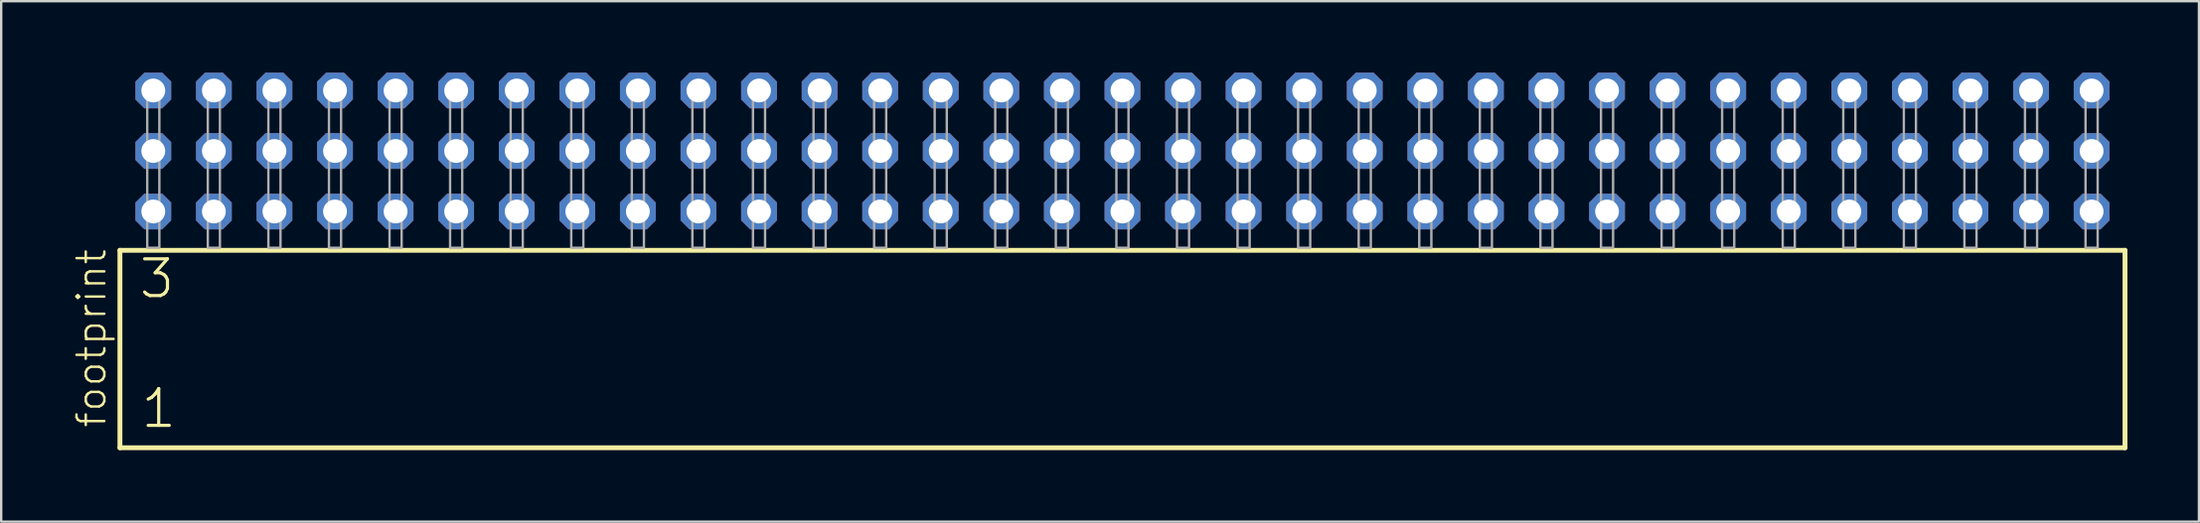
<source format=kicad_pcb>
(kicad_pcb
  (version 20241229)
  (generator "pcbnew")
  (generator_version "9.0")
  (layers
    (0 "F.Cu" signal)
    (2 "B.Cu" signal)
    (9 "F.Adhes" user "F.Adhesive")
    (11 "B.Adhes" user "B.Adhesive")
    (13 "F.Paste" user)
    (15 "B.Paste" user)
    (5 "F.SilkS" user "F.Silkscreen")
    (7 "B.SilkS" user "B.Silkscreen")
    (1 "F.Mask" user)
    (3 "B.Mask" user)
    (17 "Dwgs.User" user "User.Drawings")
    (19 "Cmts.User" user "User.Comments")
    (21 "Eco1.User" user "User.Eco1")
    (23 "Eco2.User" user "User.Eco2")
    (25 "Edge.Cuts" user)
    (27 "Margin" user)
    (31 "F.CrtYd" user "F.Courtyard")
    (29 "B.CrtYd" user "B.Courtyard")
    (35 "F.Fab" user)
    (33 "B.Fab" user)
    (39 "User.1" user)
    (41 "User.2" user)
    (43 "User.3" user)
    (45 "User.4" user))
  (footprint "footprint"
    (layer "F.Cu")
    (at 44.018 7.354)
    (property "Reference" "footprint" (at -42.545 7.62 90) (layer "F.SilkS") (effects (font (size 1.168 1.168) (thickness 0.102)) (justify left bottom)))
    (fp_line (start -42.039 0.106) (end -42.039 8.396) (stroke (width 0.203) (type solid)) (layer "F.SilkS"))
    (fp_line (start -42.039 8.396) (end 42.039 8.396) (stroke (width 0.203) (type solid)) (layer "F.SilkS"))
    (fp_line (start 42.039 0.106) (end -42.039 0.106) (stroke (width 0.203) (type solid)) (layer "F.SilkS"))
    (fp_line (start 42.039 8.396) (end 42.039 0.106) (stroke (width 0.203) (type solid)) (layer "F.SilkS"))
    (fp_poly (pts (xy -40.894 0) (xy -40.386 0) (xy -40.386 -6.858) (xy -40.894 -6.858)) (stroke (width 0.1) (type solid)) (fill no) (layer "F.Fab"))
    (fp_poly (pts (xy -38.354 0) (xy -37.846 0) (xy -37.846 -6.858) (xy -38.354 -6.858)) (stroke (width 0.1) (type solid)) (fill no) (layer "F.Fab"))
    (fp_poly (pts (xy -35.814 0) (xy -35.306 0) (xy -35.306 -6.858) (xy -35.814 -6.858)) (stroke (width 0.1) (type solid)) (fill no) (layer "F.Fab"))
    (fp_poly (pts (xy -33.274 0) (xy -32.766 0) (xy -32.766 -6.858) (xy -33.274 -6.858)) (stroke (width 0.1) (type solid)) (fill no) (layer "F.Fab"))
    (fp_poly (pts (xy -30.734 0) (xy -30.226 0) (xy -30.226 -6.858) (xy -30.734 -6.858)) (stroke (width 0.1) (type solid)) (fill no) (layer "F.Fab"))
    (fp_poly (pts (xy -28.194 0) (xy -27.686 0) (xy -27.686 -6.858) (xy -28.194 -6.858)) (stroke (width 0.1) (type solid)) (fill no) (layer "F.Fab"))
    (fp_poly (pts (xy -25.654 0) (xy -25.146 0) (xy -25.146 -6.858) (xy -25.654 -6.858)) (stroke (width 0.1) (type solid)) (fill no) (layer "F.Fab"))
    (fp_poly (pts (xy -23.114 0) (xy -22.606 0) (xy -22.606 -6.858) (xy -23.114 -6.858)) (stroke (width 0.1) (type solid)) (fill no) (layer "F.Fab"))
    (fp_poly (pts (xy -20.574 0) (xy -20.066 0) (xy -20.066 -6.858) (xy -20.574 -6.858)) (stroke (width 0.1) (type solid)) (fill no) (layer "F.Fab"))
    (fp_poly (pts (xy -18.034 0) (xy -17.526 0) (xy -17.526 -6.858) (xy -18.034 -6.858)) (stroke (width 0.1) (type solid)) (fill no) (layer "F.Fab"))
    (fp_poly (pts (xy -15.494 0) (xy -14.986 0) (xy -14.986 -6.858) (xy -15.494 -6.858)) (stroke (width 0.1) (type solid)) (fill no) (layer "F.Fab"))
    (fp_poly (pts (xy -12.954 0) (xy -12.446 0) (xy -12.446 -6.858) (xy -12.954 -6.858)) (stroke (width 0.1) (type solid)) (fill no) (layer "F.Fab"))
    (fp_poly (pts (xy -10.414 0) (xy -9.906 0) (xy -9.906 -6.858) (xy -10.414 -6.858)) (stroke (width 0.1) (type solid)) (fill no) (layer "F.Fab"))
    (fp_poly (pts (xy -7.874 0) (xy -7.366 0) (xy -7.366 -6.858) (xy -7.874 -6.858)) (stroke (width 0.1) (type solid)) (fill no) (layer "F.Fab"))
    (fp_poly (pts (xy -5.334 0) (xy -4.826 0) (xy -4.826 -6.858) (xy -5.334 -6.858)) (stroke (width 0.1) (type solid)) (fill no) (layer "F.Fab"))
    (fp_poly (pts (xy -2.794 0) (xy -2.286 0) (xy -2.286 -6.858) (xy -2.794 -6.858)) (stroke (width 0.1) (type solid)) (fill no) (layer "F.Fab"))
    (fp_poly (pts (xy -0.254 0) (xy 0.254 0) (xy 0.254 -6.858) (xy -0.254 -6.858)) (stroke (width 0.1) (type solid)) (fill no) (layer "F.Fab"))
    (fp_poly (pts (xy 2.286 0) (xy 2.794 0) (xy 2.794 -6.858) (xy 2.286 -6.858)) (stroke (width 0.1) (type solid)) (fill no) (layer "F.Fab"))
    (fp_poly (pts (xy 4.826 0) (xy 5.334 0) (xy 5.334 -6.858) (xy 4.826 -6.858)) (stroke (width 0.1) (type solid)) (fill no) (layer "F.Fab"))
    (fp_poly (pts (xy 7.366 0) (xy 7.874 0) (xy 7.874 -6.858) (xy 7.366 -6.858)) (stroke (width 0.1) (type solid)) (fill no) (layer "F.Fab"))
    (fp_poly (pts (xy 9.906 0) (xy 10.414 0) (xy 10.414 -6.858) (xy 9.906 -6.858)) (stroke (width 0.1) (type solid)) (fill no) (layer "F.Fab"))
    (fp_poly (pts (xy 12.446 0) (xy 12.954 0) (xy 12.954 -6.858) (xy 12.446 -6.858)) (stroke (width 0.1) (type solid)) (fill no) (layer "F.Fab"))
    (fp_poly (pts (xy 14.986 0) (xy 15.494 0) (xy 15.494 -6.858) (xy 14.986 -6.858)) (stroke (width 0.1) (type solid)) (fill no) (layer "F.Fab"))
    (fp_poly (pts (xy 17.526 0) (xy 18.034 0) (xy 18.034 -6.858) (xy 17.526 -6.858)) (stroke (width 0.1) (type solid)) (fill no) (layer "F.Fab"))
    (fp_poly (pts (xy 20.066 0) (xy 20.574 0) (xy 20.574 -6.858) (xy 20.066 -6.858)) (stroke (width 0.1) (type solid)) (fill no) (layer "F.Fab"))
    (fp_poly (pts (xy 22.606 0) (xy 23.114 0) (xy 23.114 -6.858) (xy 22.606 -6.858)) (stroke (width 0.1) (type solid)) (fill no) (layer "F.Fab"))
    (fp_poly (pts (xy 25.146 0) (xy 25.654 0) (xy 25.654 -6.858) (xy 25.146 -6.858)) (stroke (width 0.1) (type solid)) (fill no) (layer "F.Fab"))
    (fp_poly (pts (xy 27.686 0) (xy 28.194 0) (xy 28.194 -6.858) (xy 27.686 -6.858)) (stroke (width 0.1) (type solid)) (fill no) (layer "F.Fab"))
    (fp_poly (pts (xy 30.226 0) (xy 30.734 0) (xy 30.734 -6.858) (xy 30.226 -6.858)) (stroke (width 0.1) (type solid)) (fill no) (layer "F.Fab"))
    (fp_poly (pts (xy 32.766 0) (xy 33.274 0) (xy 33.274 -6.858) (xy 32.766 -6.858)) (stroke (width 0.1) (type solid)) (fill no) (layer "F.Fab"))
    (fp_poly (pts (xy 35.306 0) (xy 35.814 0) (xy 35.814 -6.858) (xy 35.306 -6.858)) (stroke (width 0.1) (type solid)) (fill no) (layer "F.Fab"))
    (fp_poly (pts (xy 37.846 0) (xy 38.354 0) (xy 38.354 -6.858) (xy 37.846 -6.858)) (stroke (width 0.1) (type solid)) (fill no) (layer "F.Fab"))
    (fp_poly (pts (xy 40.386 0) (xy 40.894 0) (xy 40.894 -6.858) (xy 40.386 -6.858)) (stroke (width 0.1) (type solid)) (fill no) (layer "F.Fab"))
    (fp_text user "1" (at -41.235 7.65 0) (layer "F.SilkS") (effects (font (size 1.542 1.542) (thickness 0.134)) (justify left bottom)))
    (fp_text user "3" (at -41.31 2.2 0) (layer "F.SilkS") (effects (font (size 1.542 1.542) (thickness 0.134)) (justify left bottom)))
    (pad "1" thru_hole roundrect (at -40.64 -1.524) (size 1.5 1.5) (drill 1) (layers "*.Cu" "*.Mask") (roundrect_rratio 0.25) (chamfer_ratio 0.25) (chamfer top_left top_right bottom_left bottom_right))
    (pad "2" thru_hole roundrect (at -40.64 -4.064) (size 1.5 1.5) (drill 1) (layers "*.Cu" "*.Mask") (roundrect_rratio 0.25) (chamfer_ratio 0.25) (chamfer top_left top_right bottom_left bottom_right))
    (pad "3" thru_hole roundrect (at -40.64 -6.604) (size 1.5 1.5) (drill 1) (layers "*.Cu" "*.Mask") (roundrect_rratio 0.25) (chamfer_ratio 0.25) (chamfer top_left top_right bottom_left bottom_right))
    (pad "4" thru_hole roundrect (at -38.1 -1.524) (size 1.5 1.5) (drill 1) (layers "*.Cu" "*.Mask") (roundrect_rratio 0.25) (chamfer_ratio 0.25) (chamfer top_left top_right bottom_left bottom_right))
    (pad "5" thru_hole roundrect (at -38.1 -4.064) (size 1.5 1.5) (drill 1) (layers "*.Cu" "*.Mask") (roundrect_rratio 0.25) (chamfer_ratio 0.25) (chamfer top_left top_right bottom_left bottom_right))
    (pad "6" thru_hole roundrect (at -38.1 -6.604) (size 1.5 1.5) (drill 1) (layers "*.Cu" "*.Mask") (roundrect_rratio 0.25) (chamfer_ratio 0.25) (chamfer top_left top_right bottom_left bottom_right))
    (pad "7" thru_hole roundrect (at -35.56 -1.524) (size 1.5 1.5) (drill 1) (layers "*.Cu" "*.Mask") (roundrect_rratio 0.25) (chamfer_ratio 0.25) (chamfer top_left top_right bottom_left bottom_right))
    (pad "8" thru_hole roundrect (at -35.56 -4.064) (size 1.5 1.5) (drill 1) (layers "*.Cu" "*.Mask") (roundrect_rratio 0.25) (chamfer_ratio 0.25) (chamfer top_left top_right bottom_left bottom_right))
    (pad "9" thru_hole roundrect (at -35.56 -6.604) (size 1.5 1.5) (drill 1) (layers "*.Cu" "*.Mask") (roundrect_rratio 0.25) (chamfer_ratio 0.25) (chamfer top_left top_right bottom_left bottom_right))
    (pad "10" thru_hole roundrect (at -33.02 -1.524) (size 1.5 1.5) (drill 1) (layers "*.Cu" "*.Mask") (roundrect_rratio 0.25) (chamfer_ratio 0.25) (chamfer top_left top_right bottom_left bottom_right))
    (pad "11" thru_hole roundrect (at -33.02 -4.064) (size 1.5 1.5) (drill 1) (layers "*.Cu" "*.Mask") (roundrect_rratio 0.25) (chamfer_ratio 0.25) (chamfer top_left top_right bottom_left bottom_right))
    (pad "12" thru_hole roundrect (at -33.02 -6.604) (size 1.5 1.5) (drill 1) (layers "*.Cu" "*.Mask") (roundrect_rratio 0.25) (chamfer_ratio 0.25) (chamfer top_left top_right bottom_left bottom_right))
    (pad "13" thru_hole roundrect (at -30.48 -1.524) (size 1.5 1.5) (drill 1) (layers "*.Cu" "*.Mask") (roundrect_rratio 0.25) (chamfer_ratio 0.25) (chamfer top_left top_right bottom_left bottom_right))
    (pad "14" thru_hole roundrect (at -30.48 -4.064) (size 1.5 1.5) (drill 1) (layers "*.Cu" "*.Mask") (roundrect_rratio 0.25) (chamfer_ratio 0.25) (chamfer top_left top_right bottom_left bottom_right))
    (pad "15" thru_hole roundrect (at -30.48 -6.604) (size 1.5 1.5) (drill 1) (layers "*.Cu" "*.Mask") (roundrect_rratio 0.25) (chamfer_ratio 0.25) (chamfer top_left top_right bottom_left bottom_right))
    (pad "16" thru_hole roundrect (at -27.94 -1.524) (size 1.5 1.5) (drill 1) (layers "*.Cu" "*.Mask") (roundrect_rratio 0.25) (chamfer_ratio 0.25) (chamfer top_left top_right bottom_left bottom_right))
    (pad "17" thru_hole roundrect (at -27.94 -4.064) (size 1.5 1.5) (drill 1) (layers "*.Cu" "*.Mask") (roundrect_rratio 0.25) (chamfer_ratio 0.25) (chamfer top_left top_right bottom_left bottom_right))
    (pad "18" thru_hole roundrect (at -27.94 -6.604) (size 1.5 1.5) (drill 1) (layers "*.Cu" "*.Mask") (roundrect_rratio 0.25) (chamfer_ratio 0.25) (chamfer top_left top_right bottom_left bottom_right))
    (pad "19" thru_hole roundrect (at -25.4 -1.524) (size 1.5 1.5) (drill 1) (layers "*.Cu" "*.Mask") (roundrect_rratio 0.25) (chamfer_ratio 0.25) (chamfer top_left top_right bottom_left bottom_right))
    (pad "20" thru_hole roundrect (at -25.4 -4.064) (size 1.5 1.5) (drill 1) (layers "*.Cu" "*.Mask") (roundrect_rratio 0.25) (chamfer_ratio 0.25) (chamfer top_left top_right bottom_left bottom_right))
    (pad "21" thru_hole roundrect (at -25.4 -6.604) (size 1.5 1.5) (drill 1) (layers "*.Cu" "*.Mask") (roundrect_rratio 0.25) (chamfer_ratio 0.25) (chamfer top_left top_right bottom_left bottom_right))
    (pad "22" thru_hole roundrect (at -22.86 -1.524) (size 1.5 1.5) (drill 1) (layers "*.Cu" "*.Mask") (roundrect_rratio 0.25) (chamfer_ratio 0.25) (chamfer top_left top_right bottom_left bottom_right))
    (pad "23" thru_hole roundrect (at -22.86 -4.064) (size 1.5 1.5) (drill 1) (layers "*.Cu" "*.Mask") (roundrect_rratio 0.25) (chamfer_ratio 0.25) (chamfer top_left top_right bottom_left bottom_right))
    (pad "24" thru_hole roundrect (at -22.86 -6.604) (size 1.5 1.5) (drill 1) (layers "*.Cu" "*.Mask") (roundrect_rratio 0.25) (chamfer_ratio 0.25) (chamfer top_left top_right bottom_left bottom_right))
    (pad "25" thru_hole roundrect (at -20.32 -1.524) (size 1.5 1.5) (drill 1) (layers "*.Cu" "*.Mask") (roundrect_rratio 0.25) (chamfer_ratio 0.25) (chamfer top_left top_right bottom_left bottom_right))
    (pad "26" thru_hole roundrect (at -20.32 -4.064) (size 1.5 1.5) (drill 1) (layers "*.Cu" "*.Mask") (roundrect_rratio 0.25) (chamfer_ratio 0.25) (chamfer top_left top_right bottom_left bottom_right))
    (pad "27" thru_hole roundrect (at -20.32 -6.604) (size 1.5 1.5) (drill 1) (layers "*.Cu" "*.Mask") (roundrect_rratio 0.25) (chamfer_ratio 0.25) (chamfer top_left top_right bottom_left bottom_right))
    (pad "28" thru_hole roundrect (at -17.78 -1.524) (size 1.5 1.5) (drill 1) (layers "*.Cu" "*.Mask") (roundrect_rratio 0.25) (chamfer_ratio 0.25) (chamfer top_left top_right bottom_left bottom_right))
    (pad "29" thru_hole roundrect (at -17.78 -4.064) (size 1.5 1.5) (drill 1) (layers "*.Cu" "*.Mask") (roundrect_rratio 0.25) (chamfer_ratio 0.25) (chamfer top_left top_right bottom_left bottom_right))
    (pad "30" thru_hole roundrect (at -17.78 -6.604) (size 1.5 1.5) (drill 1) (layers "*.Cu" "*.Mask") (roundrect_rratio 0.25) (chamfer_ratio 0.25) (chamfer top_left top_right bottom_left bottom_right))
    (pad "31" thru_hole roundrect (at -15.24 -1.524) (size 1.5 1.5) (drill 1) (layers "*.Cu" "*.Mask") (roundrect_rratio 0.25) (chamfer_ratio 0.25) (chamfer top_left top_right bottom_left bottom_right))
    (pad "32" thru_hole roundrect (at -15.24 -4.064) (size 1.5 1.5) (drill 1) (layers "*.Cu" "*.Mask") (roundrect_rratio 0.25) (chamfer_ratio 0.25) (chamfer top_left top_right bottom_left bottom_right))
    (pad "33" thru_hole roundrect (at -15.24 -6.604) (size 1.5 1.5) (drill 1) (layers "*.Cu" "*.Mask") (roundrect_rratio 0.25) (chamfer_ratio 0.25) (chamfer top_left top_right bottom_left bottom_right))
    (pad "34" thru_hole roundrect (at -12.7 -1.524) (size 1.5 1.5) (drill 1) (layers "*.Cu" "*.Mask") (roundrect_rratio 0.25) (chamfer_ratio 0.25) (chamfer top_left top_right bottom_left bottom_right))
    (pad "35" thru_hole roundrect (at -12.7 -4.064) (size 1.5 1.5) (drill 1) (layers "*.Cu" "*.Mask") (roundrect_rratio 0.25) (chamfer_ratio 0.25) (chamfer top_left top_right bottom_left bottom_right))
    (pad "36" thru_hole roundrect (at -12.7 -6.604) (size 1.5 1.5) (drill 1) (layers "*.Cu" "*.Mask") (roundrect_rratio 0.25) (chamfer_ratio 0.25) (chamfer top_left top_right bottom_left bottom_right))
    (pad "37" thru_hole roundrect (at -10.16 -1.524) (size 1.5 1.5) (drill 1) (layers "*.Cu" "*.Mask") (roundrect_rratio 0.25) (chamfer_ratio 0.25) (chamfer top_left top_right bottom_left bottom_right))
    (pad "38" thru_hole roundrect (at -10.16 -4.064) (size 1.5 1.5) (drill 1) (layers "*.Cu" "*.Mask") (roundrect_rratio 0.25) (chamfer_ratio 0.25) (chamfer top_left top_right bottom_left bottom_right))
    (pad "39" thru_hole roundrect (at -10.16 -6.604) (size 1.5 1.5) (drill 1) (layers "*.Cu" "*.Mask") (roundrect_rratio 0.25) (chamfer_ratio 0.25) (chamfer top_left top_right bottom_left bottom_right))
    (pad "40" thru_hole roundrect (at -7.62 -1.524) (size 1.5 1.5) (drill 1) (layers "*.Cu" "*.Mask") (roundrect_rratio 0.25) (chamfer_ratio 0.25) (chamfer top_left top_right bottom_left bottom_right))
    (pad "41" thru_hole roundrect (at -7.62 -4.064) (size 1.5 1.5) (drill 1) (layers "*.Cu" "*.Mask") (roundrect_rratio 0.25) (chamfer_ratio 0.25) (chamfer top_left top_right bottom_left bottom_right))
    (pad "42" thru_hole roundrect (at -7.62 -6.604) (size 1.5 1.5) (drill 1) (layers "*.Cu" "*.Mask") (roundrect_rratio 0.25) (chamfer_ratio 0.25) (chamfer top_left top_right bottom_left bottom_right))
    (pad "43" thru_hole roundrect (at -5.08 -1.524) (size 1.5 1.5) (drill 1) (layers "*.Cu" "*.Mask") (roundrect_rratio 0.25) (chamfer_ratio 0.25) (chamfer top_left top_right bottom_left bottom_right))
    (pad "44" thru_hole roundrect (at -5.08 -4.064) (size 1.5 1.5) (drill 1) (layers "*.Cu" "*.Mask") (roundrect_rratio 0.25) (chamfer_ratio 0.25) (chamfer top_left top_right bottom_left bottom_right))
    (pad "45" thru_hole roundrect (at -5.08 -6.604) (size 1.5 1.5) (drill 1) (layers "*.Cu" "*.Mask") (roundrect_rratio 0.25) (chamfer_ratio 0.25) (chamfer top_left top_right bottom_left bottom_right))
    (pad "46" thru_hole roundrect (at -2.54 -1.524) (size 1.5 1.5) (drill 1) (layers "*.Cu" "*.Mask") (roundrect_rratio 0.25) (chamfer_ratio 0.25) (chamfer top_left top_right bottom_left bottom_right))
    (pad "47" thru_hole roundrect (at -2.54 -4.064) (size 1.5 1.5) (drill 1) (layers "*.Cu" "*.Mask") (roundrect_rratio 0.25) (chamfer_ratio 0.25) (chamfer top_left top_right bottom_left bottom_right))
    (pad "48" thru_hole roundrect (at -2.54 -6.604) (size 1.5 1.5) (drill 1) (layers "*.Cu" "*.Mask") (roundrect_rratio 0.25) (chamfer_ratio 0.25) (chamfer top_left top_right bottom_left bottom_right))
    (pad "49" thru_hole roundrect (at 0 -1.524) (size 1.5 1.5) (drill 1) (layers "*.Cu" "*.Mask") (roundrect_rratio 0.25) (chamfer_ratio 0.25) (chamfer top_left top_right bottom_left bottom_right))
    (pad "50" thru_hole roundrect (at 0 -4.064) (size 1.5 1.5) (drill 1) (layers "*.Cu" "*.Mask") (roundrect_rratio 0.25) (chamfer_ratio 0.25) (chamfer top_left top_right bottom_left bottom_right))
    (pad "51" thru_hole roundrect (at 0 -6.604) (size 1.5 1.5) (drill 1) (layers "*.Cu" "*.Mask") (roundrect_rratio 0.25) (chamfer_ratio 0.25) (chamfer top_left top_right bottom_left bottom_right))
    (pad "52" thru_hole roundrect (at 2.54 -1.524) (size 1.5 1.5) (drill 1) (layers "*.Cu" "*.Mask") (roundrect_rratio 0.25) (chamfer_ratio 0.25) (chamfer top_left top_right bottom_left bottom_right))
    (pad "53" thru_hole roundrect (at 2.54 -4.064) (size 1.5 1.5) (drill 1) (layers "*.Cu" "*.Mask") (roundrect_rratio 0.25) (chamfer_ratio 0.25) (chamfer top_left top_right bottom_left bottom_right))
    (pad "54" thru_hole roundrect (at 2.54 -6.604) (size 1.5 1.5) (drill 1) (layers "*.Cu" "*.Mask") (roundrect_rratio 0.25) (chamfer_ratio 0.25) (chamfer top_left top_right bottom_left bottom_right))
    (pad "55" thru_hole roundrect (at 5.08 -1.524) (size 1.5 1.5) (drill 1) (layers "*.Cu" "*.Mask") (roundrect_rratio 0.25) (chamfer_ratio 0.25) (chamfer top_left top_right bottom_left bottom_right))
    (pad "56" thru_hole roundrect (at 5.08 -4.064) (size 1.5 1.5) (drill 1) (layers "*.Cu" "*.Mask") (roundrect_rratio 0.25) (chamfer_ratio 0.25) (chamfer top_left top_right bottom_left bottom_right))
    (pad "57" thru_hole roundrect (at 5.08 -6.604) (size 1.5 1.5) (drill 1) (layers "*.Cu" "*.Mask") (roundrect_rratio 0.25) (chamfer_ratio 0.25) (chamfer top_left top_right bottom_left bottom_right))
    (pad "58" thru_hole roundrect (at 7.62 -1.524) (size 1.5 1.5) (drill 1) (layers "*.Cu" "*.Mask") (roundrect_rratio 0.25) (chamfer_ratio 0.25) (chamfer top_left top_right bottom_left bottom_right))
    (pad "59" thru_hole roundrect (at 7.62 -4.064) (size 1.5 1.5) (drill 1) (layers "*.Cu" "*.Mask") (roundrect_rratio 0.25) (chamfer_ratio 0.25) (chamfer top_left top_right bottom_left bottom_right))
    (pad "60" thru_hole roundrect (at 7.62 -6.604) (size 1.5 1.5) (drill 1) (layers "*.Cu" "*.Mask") (roundrect_rratio 0.25) (chamfer_ratio 0.25) (chamfer top_left top_right bottom_left bottom_right))
    (pad "61" thru_hole roundrect (at 10.16 -1.524) (size 1.5 1.5) (drill 1) (layers "*.Cu" "*.Mask") (roundrect_rratio 0.25) (chamfer_ratio 0.25) (chamfer top_left top_right bottom_left bottom_right))
    (pad "62" thru_hole roundrect (at 10.16 -4.064) (size 1.5 1.5) (drill 1) (layers "*.Cu" "*.Mask") (roundrect_rratio 0.25) (chamfer_ratio 0.25) (chamfer top_left top_right bottom_left bottom_right))
    (pad "63" thru_hole roundrect (at 10.16 -6.604) (size 1.5 1.5) (drill 1) (layers "*.Cu" "*.Mask") (roundrect_rratio 0.25) (chamfer_ratio 0.25) (chamfer top_left top_right bottom_left bottom_right))
    (pad "64" thru_hole roundrect (at 12.7 -1.524) (size 1.5 1.5) (drill 1) (layers "*.Cu" "*.Mask") (roundrect_rratio 0.25) (chamfer_ratio 0.25) (chamfer top_left top_right bottom_left bottom_right))
    (pad "65" thru_hole roundrect (at 12.7 -4.064) (size 1.5 1.5) (drill 1) (layers "*.Cu" "*.Mask") (roundrect_rratio 0.25) (chamfer_ratio 0.25) (chamfer top_left top_right bottom_left bottom_right))
    (pad "66" thru_hole roundrect (at 12.7 -6.604) (size 1.5 1.5) (drill 1) (layers "*.Cu" "*.Mask") (roundrect_rratio 0.25) (chamfer_ratio 0.25) (chamfer top_left top_right bottom_left bottom_right))
    (pad "67" thru_hole roundrect (at 15.24 -1.524) (size 1.5 1.5) (drill 1) (layers "*.Cu" "*.Mask") (roundrect_rratio 0.25) (chamfer_ratio 0.25) (chamfer top_left top_right bottom_left bottom_right))
    (pad "68" thru_hole roundrect (at 15.24 -4.064) (size 1.5 1.5) (drill 1) (layers "*.Cu" "*.Mask") (roundrect_rratio 0.25) (chamfer_ratio 0.25) (chamfer top_left top_right bottom_left bottom_right))
    (pad "69" thru_hole roundrect (at 15.24 -6.604) (size 1.5 1.5) (drill 1) (layers "*.Cu" "*.Mask") (roundrect_rratio 0.25) (chamfer_ratio 0.25) (chamfer top_left top_right bottom_left bottom_right))
    (pad "70" thru_hole roundrect (at 17.78 -1.524) (size 1.5 1.5) (drill 1) (layers "*.Cu" "*.Mask") (roundrect_rratio 0.25) (chamfer_ratio 0.25) (chamfer top_left top_right bottom_left bottom_right))
    (pad "71" thru_hole roundrect (at 17.78 -4.064) (size 1.5 1.5) (drill 1) (layers "*.Cu" "*.Mask") (roundrect_rratio 0.25) (chamfer_ratio 0.25) (chamfer top_left top_right bottom_left bottom_right))
    (pad "72" thru_hole roundrect (at 17.78 -6.604) (size 1.5 1.5) (drill 1) (layers "*.Cu" "*.Mask") (roundrect_rratio 0.25) (chamfer_ratio 0.25) (chamfer top_left top_right bottom_left bottom_right))
    (pad "73" thru_hole roundrect (at 20.32 -1.524) (size 1.5 1.5) (drill 1) (layers "*.Cu" "*.Mask") (roundrect_rratio 0.25) (chamfer_ratio 0.25) (chamfer top_left top_right bottom_left bottom_right))
    (pad "74" thru_hole roundrect (at 20.32 -4.064) (size 1.5 1.5) (drill 1) (layers "*.Cu" "*.Mask") (roundrect_rratio 0.25) (chamfer_ratio 0.25) (chamfer top_left top_right bottom_left bottom_right))
    (pad "75" thru_hole roundrect (at 20.32 -6.604) (size 1.5 1.5) (drill 1) (layers "*.Cu" "*.Mask") (roundrect_rratio 0.25) (chamfer_ratio 0.25) (chamfer top_left top_right bottom_left bottom_right))
    (pad "76" thru_hole roundrect (at 22.86 -1.524) (size 1.5 1.5) (drill 1) (layers "*.Cu" "*.Mask") (roundrect_rratio 0.25) (chamfer_ratio 0.25) (chamfer top_left top_right bottom_left bottom_right))
    (pad "77" thru_hole roundrect (at 22.86 -4.064) (size 1.5 1.5) (drill 1) (layers "*.Cu" "*.Mask") (roundrect_rratio 0.25) (chamfer_ratio 0.25) (chamfer top_left top_right bottom_left bottom_right))
    (pad "78" thru_hole roundrect (at 22.86 -6.604) (size 1.5 1.5) (drill 1) (layers "*.Cu" "*.Mask") (roundrect_rratio 0.25) (chamfer_ratio 0.25) (chamfer top_left top_right bottom_left bottom_right))
    (pad "79" thru_hole roundrect (at 25.4 -1.524) (size 1.5 1.5) (drill 1) (layers "*.Cu" "*.Mask") (roundrect_rratio 0.25) (chamfer_ratio 0.25) (chamfer top_left top_right bottom_left bottom_right))
    (pad "80" thru_hole roundrect (at 25.4 -4.064) (size 1.5 1.5) (drill 1) (layers "*.Cu" "*.Mask") (roundrect_rratio 0.25) (chamfer_ratio 0.25) (chamfer top_left top_right bottom_left bottom_right))
    (pad "81" thru_hole roundrect (at 25.4 -6.604) (size 1.5 1.5) (drill 1) (layers "*.Cu" "*.Mask") (roundrect_rratio 0.25) (chamfer_ratio 0.25) (chamfer top_left top_right bottom_left bottom_right))
    (pad "82" thru_hole roundrect (at 27.94 -1.524) (size 1.5 1.5) (drill 1) (layers "*.Cu" "*.Mask") (roundrect_rratio 0.25) (chamfer_ratio 0.25) (chamfer top_left top_right bottom_left bottom_right))
    (pad "83" thru_hole roundrect (at 27.94 -4.064) (size 1.5 1.5) (drill 1) (layers "*.Cu" "*.Mask") (roundrect_rratio 0.25) (chamfer_ratio 0.25) (chamfer top_left top_right bottom_left bottom_right))
    (pad "84" thru_hole roundrect (at 27.94 -6.604) (size 1.5 1.5) (drill 1) (layers "*.Cu" "*.Mask") (roundrect_rratio 0.25) (chamfer_ratio 0.25) (chamfer top_left top_right bottom_left bottom_right))
    (pad "85" thru_hole roundrect (at 30.48 -1.524) (size 1.5 1.5) (drill 1) (layers "*.Cu" "*.Mask") (roundrect_rratio 0.25) (chamfer_ratio 0.25) (chamfer top_left top_right bottom_left bottom_right))
    (pad "86" thru_hole roundrect (at 30.48 -4.064) (size 1.5 1.5) (drill 1) (layers "*.Cu" "*.Mask") (roundrect_rratio 0.25) (chamfer_ratio 0.25) (chamfer top_left top_right bottom_left bottom_right))
    (pad "87" thru_hole roundrect (at 30.48 -6.604) (size 1.5 1.5) (drill 1) (layers "*.Cu" "*.Mask") (roundrect_rratio 0.25) (chamfer_ratio 0.25) (chamfer top_left top_right bottom_left bottom_right))
    (pad "88" thru_hole roundrect (at 33.02 -1.524) (size 1.5 1.5) (drill 1) (layers "*.Cu" "*.Mask") (roundrect_rratio 0.25) (chamfer_ratio 0.25) (chamfer top_left top_right bottom_left bottom_right))
    (pad "89" thru_hole roundrect (at 33.02 -4.064) (size 1.5 1.5) (drill 1) (layers "*.Cu" "*.Mask") (roundrect_rratio 0.25) (chamfer_ratio 0.25) (chamfer top_left top_right bottom_left bottom_right))
    (pad "90" thru_hole roundrect (at 33.02 -6.604) (size 1.5 1.5) (drill 1) (layers "*.Cu" "*.Mask") (roundrect_rratio 0.25) (chamfer_ratio 0.25) (chamfer top_left top_right bottom_left bottom_right))
    (pad "91" thru_hole roundrect (at 35.56 -1.524) (size 1.5 1.5) (drill 1) (layers "*.Cu" "*.Mask") (roundrect_rratio 0.25) (chamfer_ratio 0.25) (chamfer top_left top_right bottom_left bottom_right))
    (pad "92" thru_hole roundrect (at 35.56 -4.064) (size 1.5 1.5) (drill 1) (layers "*.Cu" "*.Mask") (roundrect_rratio 0.25) (chamfer_ratio 0.25) (chamfer top_left top_right bottom_left bottom_right))
    (pad "93" thru_hole roundrect (at 35.56 -6.604) (size 1.5 1.5) (drill 1) (layers "*.Cu" "*.Mask") (roundrect_rratio 0.25) (chamfer_ratio 0.25) (chamfer top_left top_right bottom_left bottom_right))
    (pad "94" thru_hole roundrect (at 38.1 -1.524) (size 1.5 1.5) (drill 1) (layers "*.Cu" "*.Mask") (roundrect_rratio 0.25) (chamfer_ratio 0.25) (chamfer top_left top_right bottom_left bottom_right))
    (pad "95" thru_hole roundrect (at 38.1 -4.064) (size 1.5 1.5) (drill 1) (layers "*.Cu" "*.Mask") (roundrect_rratio 0.25) (chamfer_ratio 0.25) (chamfer top_left top_right bottom_left bottom_right))
    (pad "96" thru_hole roundrect (at 38.1 -6.604) (size 1.5 1.5) (drill 1) (layers "*.Cu" "*.Mask") (roundrect_rratio 0.25) (chamfer_ratio 0.25) (chamfer top_left top_right bottom_left bottom_right))
    (pad "97" thru_hole roundrect (at 40.64 -1.524) (size 1.5 1.5) (drill 1) (layers "*.Cu" "*.Mask") (roundrect_rratio 0.25) (chamfer_ratio 0.25) (chamfer top_left top_right bottom_left bottom_right))
    (pad "98" thru_hole roundrect (at 40.64 -4.064) (size 1.5 1.5) (drill 1) (layers "*.Cu" "*.Mask") (roundrect_rratio 0.25) (chamfer_ratio 0.25) (chamfer top_left top_right bottom_left bottom_right))
    (pad "99" thru_hole roundrect (at 40.64 -6.604) (size 1.5 1.5) (drill 1) (layers "*.Cu" "*.Mask") (roundrect_rratio 0.25) (chamfer_ratio 0.25) (chamfer top_left top_right bottom_left bottom_right)))
  (gr_rect
    (start -3 -3)
    (end 89.159 18.852)
    (stroke (width 0.1) (type default))
    (fill no)
    (layer "Edge.Cuts")))
</source>
